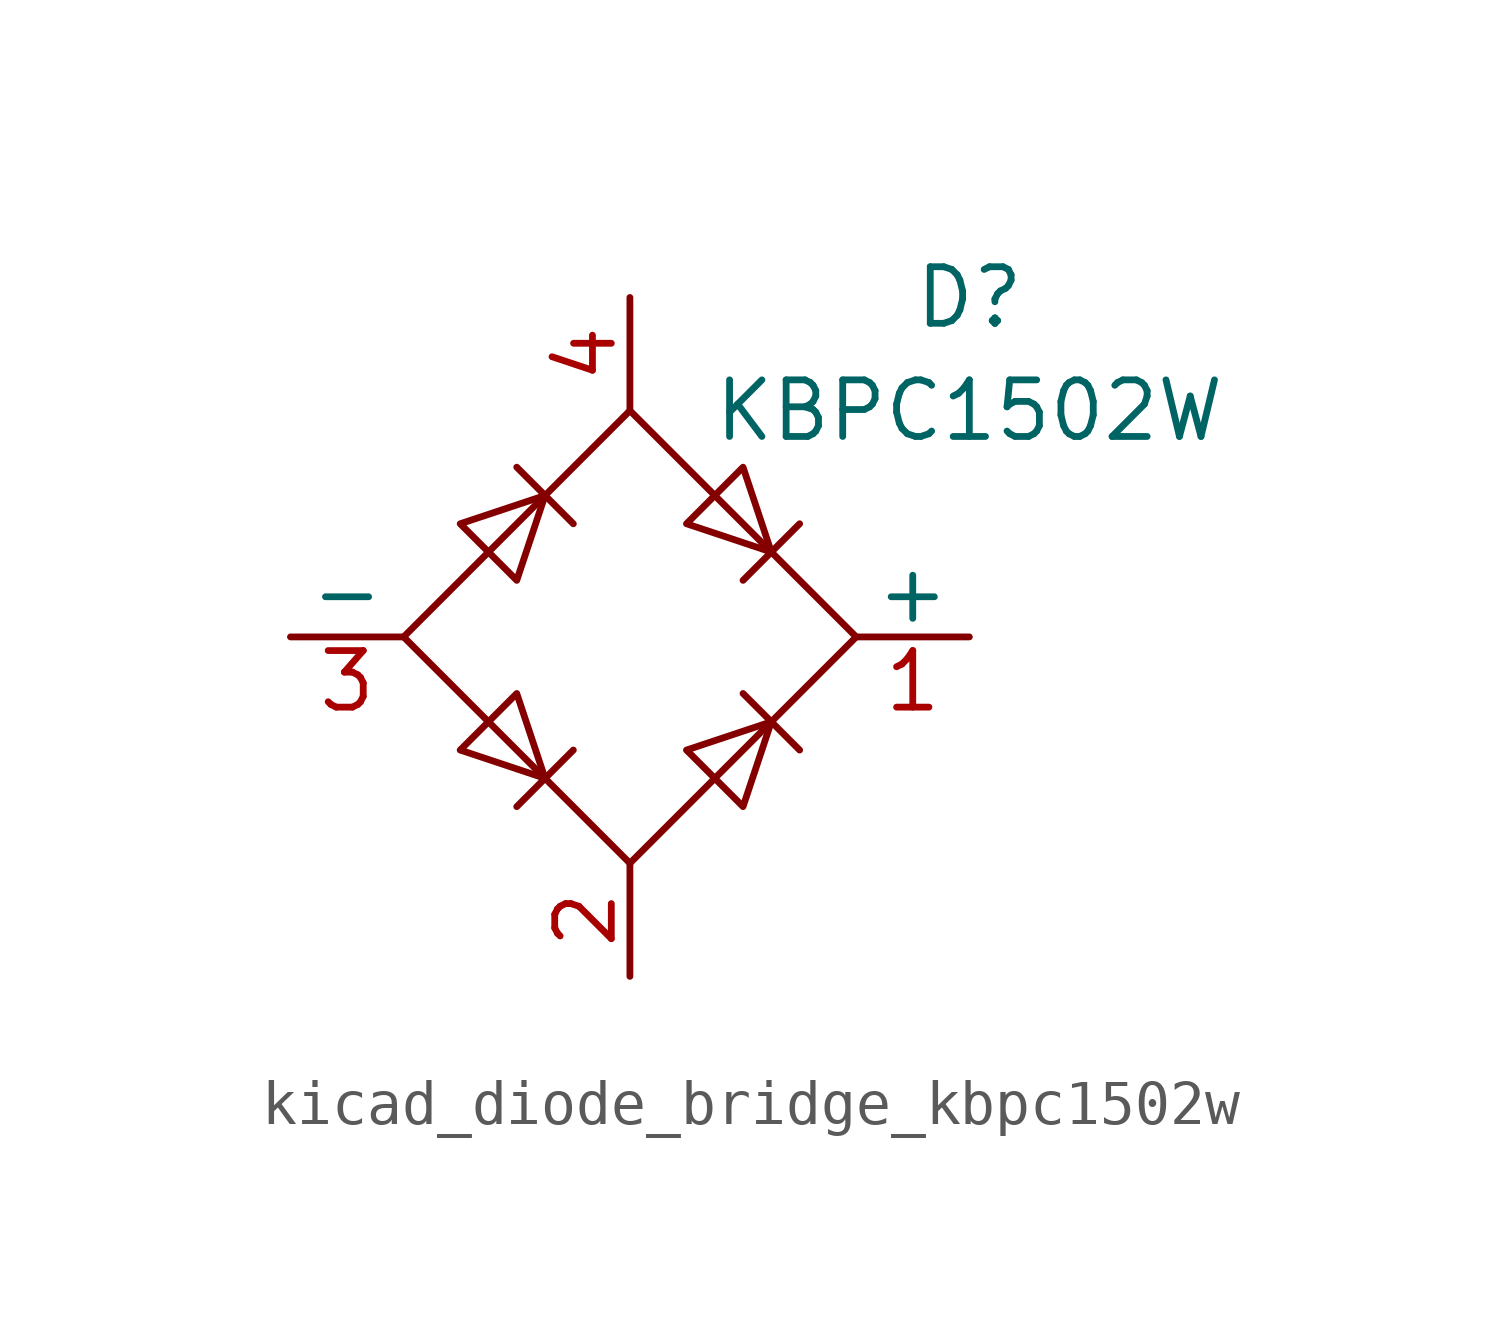
<source format=kicad_sym>
(kicad_symbol_lib
  (version 20220914)
  (generator kicad_symbol_editor)
  (symbol "kicad_diode_bridge_kbpc1502w"
    (pin_names
      (offset 0))
    (property "Reference" "D"
      (at 7.62 7.62 0)
      (effects (font (size 1.27 1.27))))
    (property "Value" "KBPC1502W"
      (at 7.62 5.08 0)
      (effects (font (size 1.27 1.27))))
    (symbol "kicad_diode_bridge_kbpc1502w_0_1"
      (polyline (pts (xy -2.54 3.81) (xy -1.27 2.54)) (stroke (width 0) (type default)) (fill (type none)))
      (polyline (pts (xy -1.27 -2.54) (xy -2.54 -3.81)) (stroke (width 0) (type default)) (fill (type none)))
      (polyline (pts (xy 2.54 -1.27) (xy 3.81 -2.54)) (stroke (width 0) (type default)) (fill (type none)))
      (polyline (pts (xy 2.54 1.27) (xy 3.81 2.54)) (stroke (width 0) (type default)) (fill (type none)))
      (polyline (pts (xy -3.81 2.54) (xy -2.54 1.27) (xy -1.905 3.175) (xy -3.81 2.54)) (stroke (width 0) (type default)) (fill (type none)))
      (polyline (pts (xy -2.54 -1.27) (xy -3.81 -2.54) (xy -1.905 -3.175) (xy -2.54 -1.27)) (stroke (width 0) (type default)) (fill (type none)))
      (polyline (pts (xy 1.27 2.54) (xy 2.54 3.81) (xy 3.175 1.905) (xy 1.27 2.54)) (stroke (width 0) (type default)) (fill (type none)))
      (polyline (pts (xy 3.175 -1.905) (xy 1.27 -2.54) (xy 2.54 -3.81) (xy 3.175 -1.905)) (stroke (width 0) (type default)) (fill (type none)))
      (polyline (pts (xy -5.08 0) (xy 0 -5.08) (xy 5.08 0) (xy 0 5.08) (xy -5.08 0)) (stroke (width 0) (type default)) (fill (type none))))
    (symbol "kicad_diode_bridge_kbpc1502w_1_1"
      (pin passive line (at 7.62 0 180) (length 2.54) (name "+" (effects (font (size 1.27 1.27)))) (number "1" (effects (font (size 1.27 1.27)))))
      (pin passive line (at 0 -7.62 90) (length 2.54) (name "~" (effects (font (size 1.27 1.27)))) (number "2" (effects (font (size 1.27 1.27)))))
      (pin passive line (at -7.62 0 0) (length 2.54) (name "-" (effects (font (size 1.27 1.27)))) (number "3" (effects (font (size 1.27 1.27)))))
      (pin passive line (at 0 7.62 270) (length 2.54) (name "~" (effects (font (size 1.27 1.27)))) (number "4" (effects (font (size 1.27 1.27))))))))
</source>
